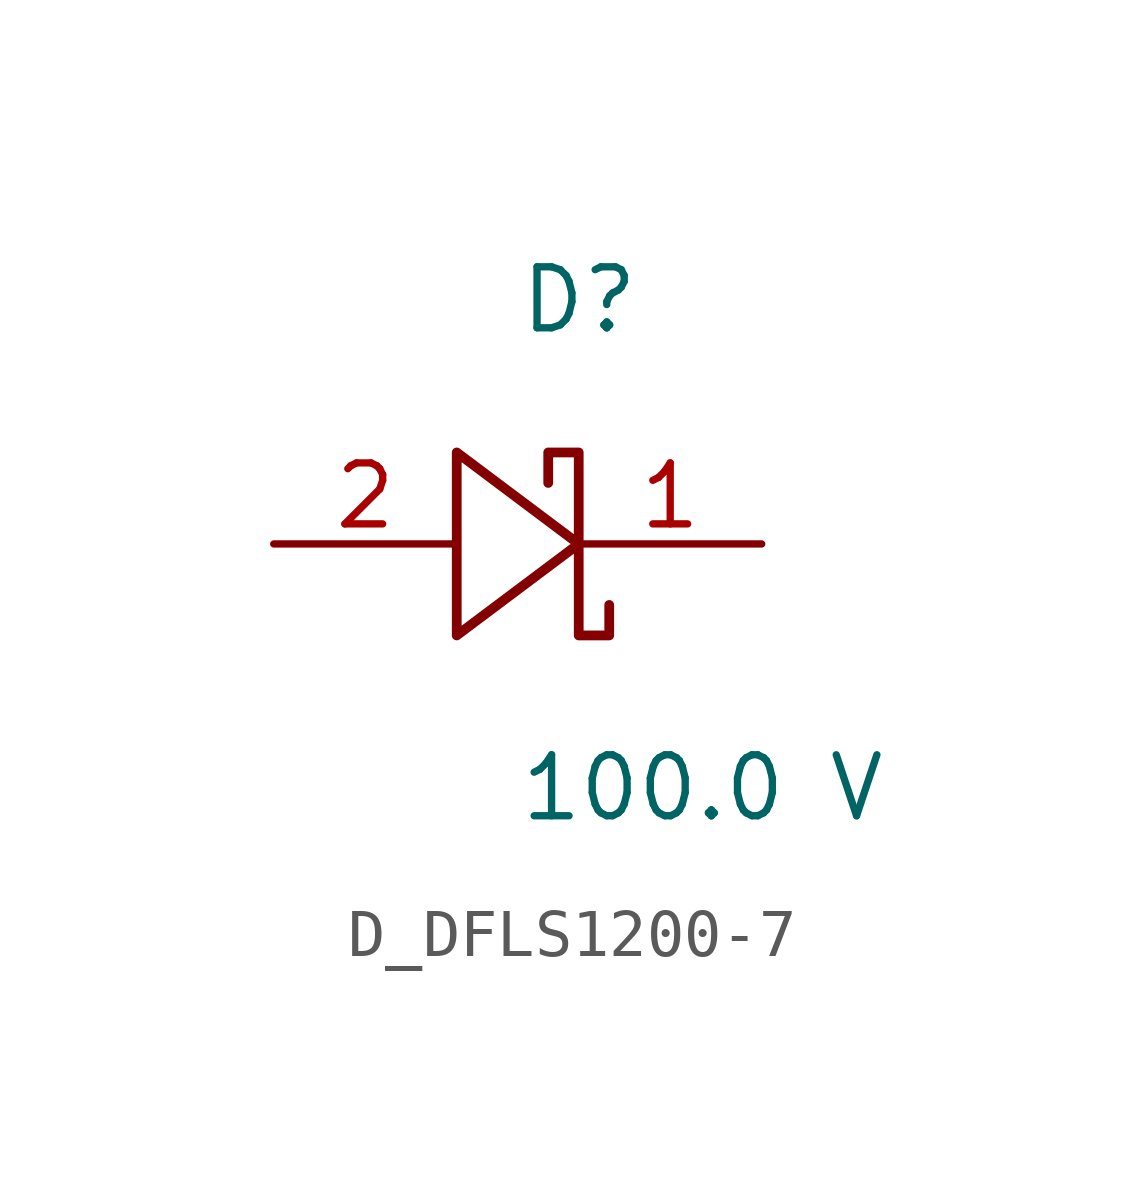
<source format=kicad_sym>
(kicad_symbol_lib
  (version 20231120)
  (generator kicad_symbol_editor)
  (generator_version 8.0)
  (symbol "D_DFLS1200-7"
    (pin_names
      (offset 0.254))
    (property "Reference" "D"
      (at 0.0 5.08 0)
      (effects (font (size 1.27 1.27)) (justify left)))
    (property "Value" "100.0 V"
      (at 0.0 -5.08 0)
      (effects (font (size 1.27 1.27)) (justify left)))
    (symbol "D_DFLS1200-7_1_0"
      (polyline (pts (xy 0.635 1.27) (xy 0.635 1.905) (xy 1.27 1.905) (xy 1.27 0) (xy -1.27 1.905) (xy -1.27 -1.905) (xy 1.27 0) (xy 1.27 -1.905) (xy 1.905 -1.905) (xy 1.905 -1.27)) (stroke (width 0.203) (type default)) (fill (type none)))
      (pin unspecified line (at 5.08 0 180) (length 3.81) (name "" (effects (font (size 1.27 1.27)))) (number "1" (effects (font (size 1.27 1.27)))))
      (pin unspecified line (at -5.08 0 0) (length 3.81) (name "" (effects (font (size 1.27 1.27)))) (number "2" (effects (font (size 1.27 1.27))))))))
</source>
